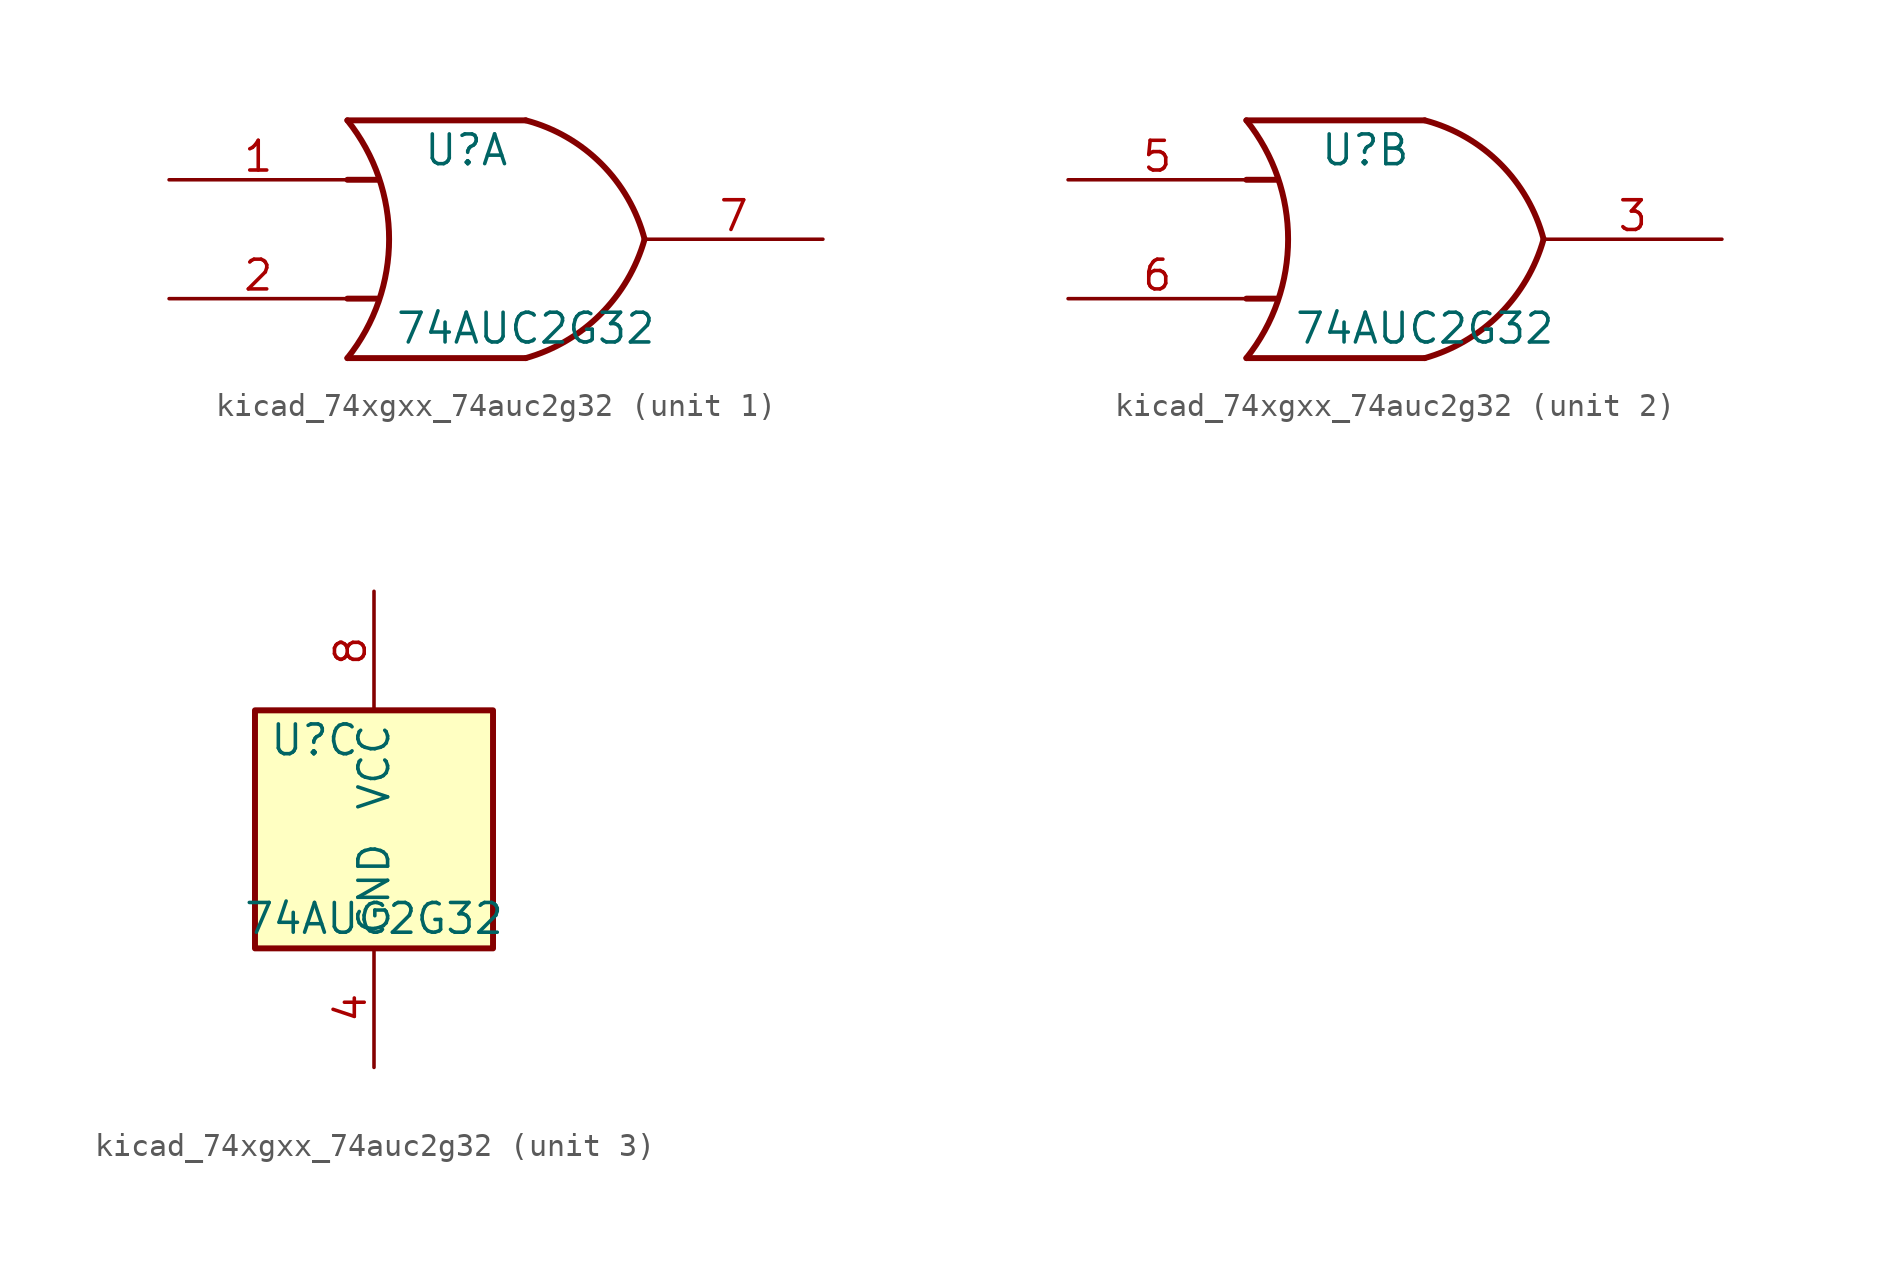
<source format=kicad_sym>
(kicad_symbol_lib
  (version 20220914)
  (generator kicad_symbol_editor)
  (symbol "kicad_74xgxx_74auc2g32"
    (property "Reference" "U"
      (at -2.54 3.81 0)
      (effects (font (size 1.27 1.27))))
    (property "Value" "74AUC2G32"
      (at 0 -3.81 0)
      (effects (font (size 1.27 1.27))))
    (symbol "kicad_74xgxx_74auc2g32_1_1"
      (arc (start -7.62 -5.08) (mid -5.838 0) (end -7.62 5.08) (stroke (width 0.254) (type default)) (fill (type none)))
      (arc (start 0 -5.08) (mid 3.1986 -3.2054) (end 5.08 0) (stroke (width 0.254) (type default)) (fill (type none)))
      (polyline (pts (xy -7.62 -2.54) (xy -6.35 -2.54)) (stroke (width 0.254) (type default)) (fill (type background)))
      (polyline (pts (xy -7.62 2.54) (xy -6.35 2.54)) (stroke (width 0.254) (type default)) (fill (type background)))
      (polyline (pts (xy 0 -5.08) (xy -7.62 -5.08)) (stroke (width 0.254) (type default)) (fill (type background)))
      (polyline (pts (xy 0 5.08) (xy -7.62 5.08)) (stroke (width 0.254) (type default)) (fill (type background)))
      (arc (start 5.08 0) (mid 3.2238 3.2304) (end 0 5.08) (stroke (width 0.254) (type default)) (fill (type none)))
      (pin input line (at -15.24 2.54 0) (length 7.62) (name "~" (effects (font (size 1.27 1.27)))) (number "1" (effects (font (size 1.27 1.27)))))
      (pin input line (at -15.24 -2.54 0) (length 7.62) (name "~" (effects (font (size 1.27 1.27)))) (number "2" (effects (font (size 1.27 1.27)))))
      (pin output line (at 12.7 0 180) (length 7.62) (name "~" (effects (font (size 1.27 1.27)))) (number "7" (effects (font (size 1.27 1.27))))))
    (symbol "kicad_74xgxx_74auc2g32_2_1"
      (arc (start -7.62 -5.08) (mid -5.838 0) (end -7.62 5.08) (stroke (width 0.254) (type default)) (fill (type none)))
      (arc (start 0 -5.08) (mid 3.1986 -3.2054) (end 5.08 0) (stroke (width 0.254) (type default)) (fill (type none)))
      (polyline (pts (xy -7.62 -2.54) (xy -6.35 -2.54)) (stroke (width 0.254) (type default)) (fill (type background)))
      (polyline (pts (xy -7.62 2.54) (xy -6.35 2.54)) (stroke (width 0.254) (type default)) (fill (type background)))
      (polyline (pts (xy 0 -5.08) (xy -7.62 -5.08)) (stroke (width 0.254) (type default)) (fill (type background)))
      (polyline (pts (xy 0 5.08) (xy -7.62 5.08)) (stroke (width 0.254) (type default)) (fill (type background)))
      (arc (start 5.08 0) (mid 3.2238 3.2304) (end 0 5.08) (stroke (width 0.254) (type default)) (fill (type none)))
      (pin output line (at 12.7 0 180) (length 7.62) (name "~" (effects (font (size 1.27 1.27)))) (number "3" (effects (font (size 1.27 1.27)))))
      (pin input line (at -15.24 2.54 0) (length 7.62) (name "~" (effects (font (size 1.27 1.27)))) (number "5" (effects (font (size 1.27 1.27)))))
      (pin input line (at -15.24 -2.54 0) (length 7.62) (name "~" (effects (font (size 1.27 1.27)))) (number "6" (effects (font (size 1.27 1.27))))))
    (symbol "kicad_74xgxx_74auc2g32_3_0"
      (rectangle (start -5.08 -5.08) (end 5.08 5.08) (stroke (width 0.254) (type default)) (fill (type background))))
    (symbol "kicad_74xgxx_74auc2g32_3_1"
      (pin power_in line (at 0 -10.16 90) (length 5.08) (name "GND" (effects (font (size 1.27 1.27)))) (number "4" (effects (font (size 1.27 1.27)))))
      (pin power_in line (at 0 10.16 270) (length 5.08) (name "VCC" (effects (font (size 1.27 1.27)))) (number "8" (effects (font (size 1.27 1.27))))))))
</source>
